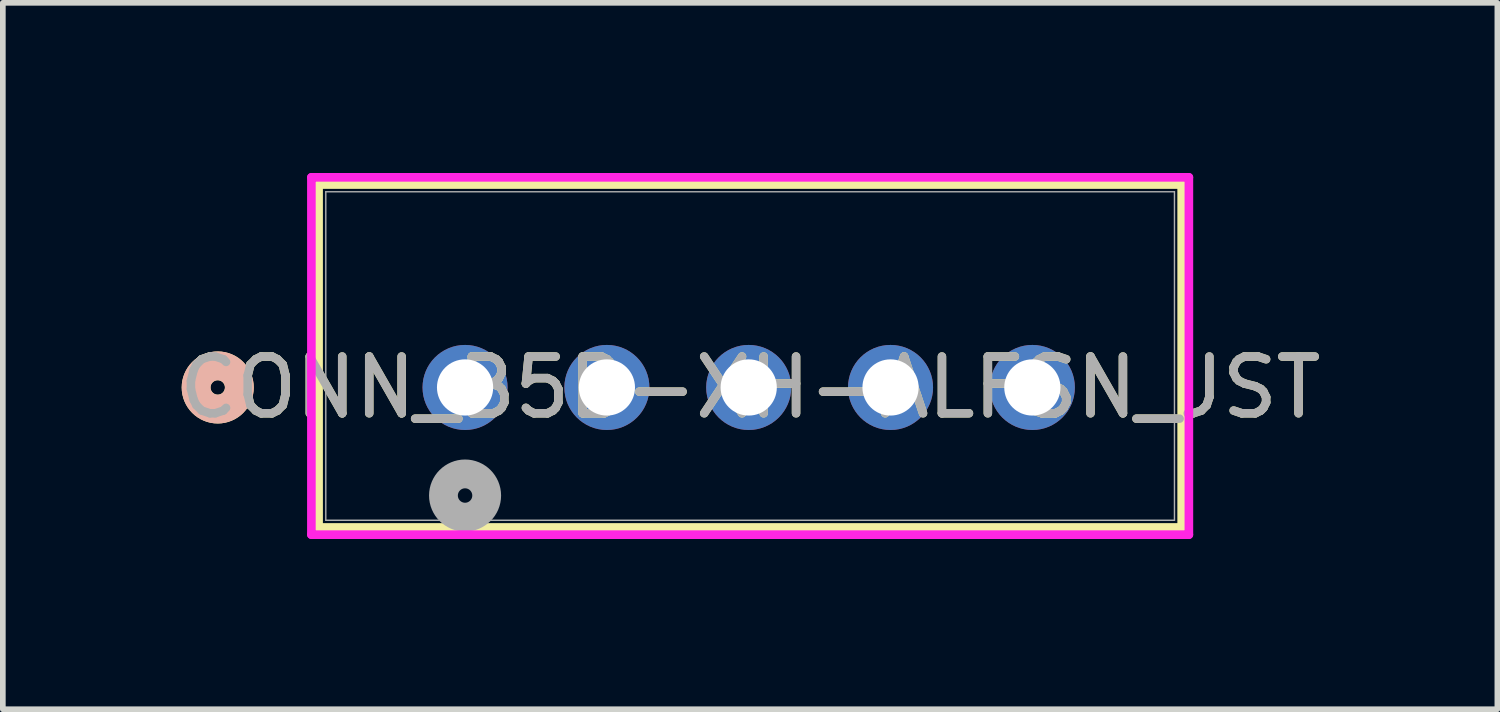
<source format=kicad_pcb>
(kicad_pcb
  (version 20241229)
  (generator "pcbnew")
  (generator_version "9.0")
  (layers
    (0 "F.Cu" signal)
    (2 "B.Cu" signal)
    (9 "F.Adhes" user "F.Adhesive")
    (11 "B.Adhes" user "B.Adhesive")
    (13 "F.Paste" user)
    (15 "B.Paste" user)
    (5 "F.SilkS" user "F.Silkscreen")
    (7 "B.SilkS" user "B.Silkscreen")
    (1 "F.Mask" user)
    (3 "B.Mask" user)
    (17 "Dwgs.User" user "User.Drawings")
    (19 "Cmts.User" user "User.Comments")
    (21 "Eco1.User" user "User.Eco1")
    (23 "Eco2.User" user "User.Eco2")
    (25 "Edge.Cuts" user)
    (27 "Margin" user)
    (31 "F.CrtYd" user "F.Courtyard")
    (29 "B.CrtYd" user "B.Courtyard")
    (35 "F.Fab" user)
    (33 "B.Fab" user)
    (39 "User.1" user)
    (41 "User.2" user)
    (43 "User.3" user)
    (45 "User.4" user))
  (footprint "CONN_B5B-XH-ALFSN_JST"
    (layer "F.Cu")
    (at 5.148 3.78)
    (property "Reference" "CONN_B5B-XH-ALFSN_JST" (at 5.025 0 0) (unlocked yes) (layer "F.SilkS") (effects (font (size 1 1) (thickness 0.15))))
    (attr through_hole)
    (fp_line (start -2.582 -3.577) (end -2.582 2.468) (stroke (width 0.152) (type solid)) (layer "F.SilkS"))
    (fp_line (start -2.582 2.468) (end 12.632 2.468) (stroke (width 0.152) (type solid)) (layer "F.SilkS"))
    (fp_line (start 12.632 -3.577) (end -2.582 -3.577) (stroke (width 0.152) (type solid)) (layer "F.SilkS"))
    (fp_line (start 12.632 2.468) (end 12.632 -3.577) (stroke (width 0.152) (type solid)) (layer "F.SilkS"))
    (fp_circle (center -4.36 0) (end -3.979 0) (stroke (width 0.508) (type solid)) (fill no) (layer "F.SilkS"))
    (fp_circle (center -4.36 0) (end -3.979 0) (stroke (width 0.508) (type solid)) (fill no) (layer "B.SilkS"))
    (fp_line (start -2.709 -3.704) (end -2.709 2.595) (stroke (width 0.152) (type solid)) (layer "F.CrtYd"))
    (fp_line (start -2.709 2.595) (end 12.759 2.595) (stroke (width 0.152) (type solid)) (layer "F.CrtYd"))
    (fp_line (start 12.759 -3.704) (end -2.709 -3.704) (stroke (width 0.152) (type solid)) (layer "F.CrtYd"))
    (fp_line (start 12.759 2.595) (end 12.759 -3.704) (stroke (width 0.152) (type solid)) (layer "F.CrtYd"))
    (fp_line (start -2.455 -3.45) (end -2.455 2.341) (stroke (width 0.025) (type solid)) (layer "F.Fab"))
    (fp_line (start -2.455 2.341) (end 12.505 2.341) (stroke (width 0.025) (type solid)) (layer "F.Fab"))
    (fp_line (start 12.505 -3.45) (end -2.455 -3.45) (stroke (width 0.025) (type solid)) (layer "F.Fab"))
    (fp_line (start 12.505 2.341) (end 12.505 -3.45) (stroke (width 0.025) (type solid)) (layer "F.Fab"))
    (fp_circle (center 0 1.905) (end 0.381 1.905) (stroke (width 0.508) (type solid)) (fill no) (layer "F.Fab"))
    (fp_text user "${REFERENCE}" (at 5.025 0 0) (unlocked yes) (layer "F.Fab") (effects (font (size 1 1) (thickness 0.15))))
    (pad "1" thru_hole circle (at 0 0) (size 1.499 1.499) (drill 0.991) (layers "*.Cu" "*.Mask"))
    (pad "2" thru_hole circle (at 2.5 0) (size 1.499 1.499) (drill 0.991) (layers "*.Cu" "*.Mask"))
    (pad "3" thru_hole circle (at 5 0) (size 1.499 1.499) (drill 0.991) (layers "*.Cu" "*.Mask"))
    (pad "4" thru_hole circle (at 7.5 0) (size 1.499 1.499) (drill 0.991) (layers "*.Cu" "*.Mask"))
    (pad "5" thru_hole circle (at 10 0) (size 1.499 1.499) (drill 0.991) (layers "*.Cu" "*.Mask")))
  (gr_rect
    (start -3 -3)
    (end 23.345 9.452)
    (stroke (width 0.1) (type default))
    (fill no)
    (layer "Edge.Cuts")))
</source>
